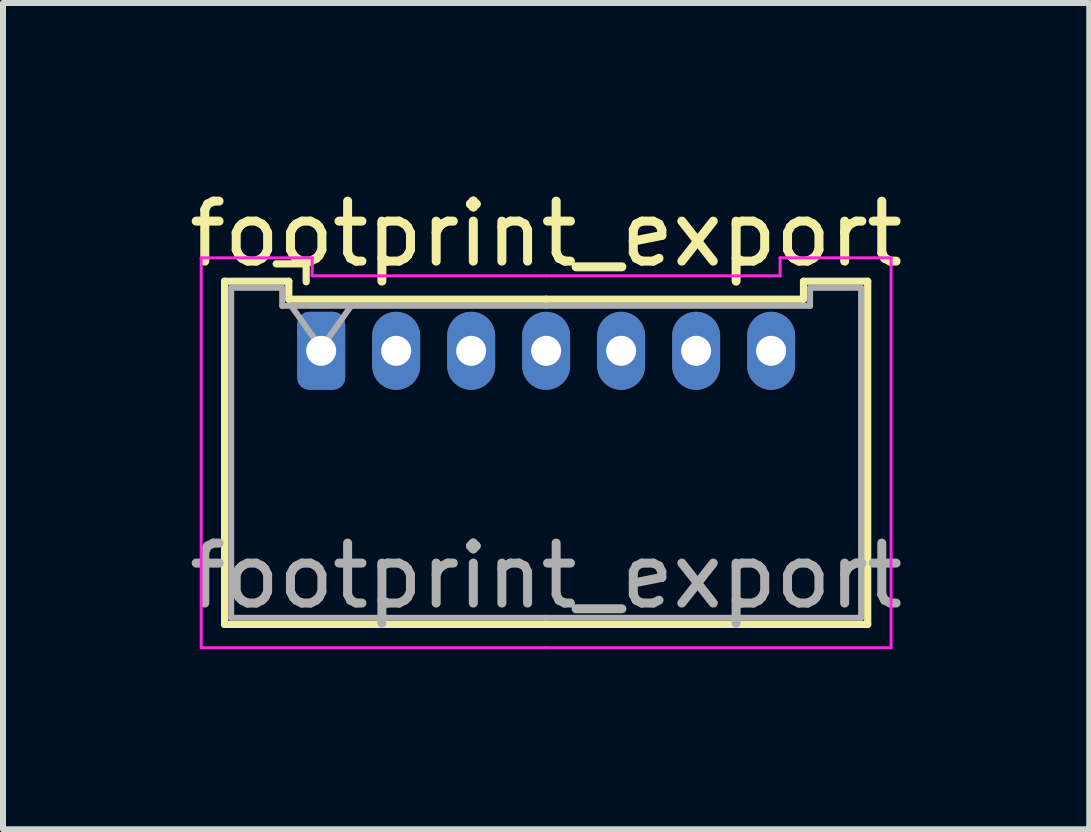
<source format=kicad_pcb>
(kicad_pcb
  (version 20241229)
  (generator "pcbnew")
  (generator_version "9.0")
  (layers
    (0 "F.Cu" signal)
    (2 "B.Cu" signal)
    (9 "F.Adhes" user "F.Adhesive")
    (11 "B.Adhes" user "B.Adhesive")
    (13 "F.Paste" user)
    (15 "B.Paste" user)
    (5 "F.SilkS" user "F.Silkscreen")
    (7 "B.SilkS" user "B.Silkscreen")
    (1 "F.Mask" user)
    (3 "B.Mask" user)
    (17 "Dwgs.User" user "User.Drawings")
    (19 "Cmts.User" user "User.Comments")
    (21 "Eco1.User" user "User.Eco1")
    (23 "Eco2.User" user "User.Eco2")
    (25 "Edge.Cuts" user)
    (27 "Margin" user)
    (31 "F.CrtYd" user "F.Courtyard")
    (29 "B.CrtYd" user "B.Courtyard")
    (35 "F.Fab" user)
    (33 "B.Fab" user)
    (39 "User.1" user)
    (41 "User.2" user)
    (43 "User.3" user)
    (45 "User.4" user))
  (footprint "footprint_export"
    (layer "F.Cu")
    (at 2.304 2.798)
    (property "Reference" "footprint_export" (at 3.75 -1.95 0) (layer "F.SilkS") (effects (font (size 1 1) (thickness 0.15))))
    (attr through_hole)
    (fp_line (start -1.61 -1.16) (end -1.61 4.56) (stroke (width 0.12) (type solid)) (layer "F.SilkS"))
    (fp_line (start -1.61 4.56) (end 3.75 4.56) (stroke (width 0.12) (type solid)) (layer "F.SilkS"))
    (fp_line (start -0.54 -1.16) (end -1.61 -1.16) (stroke (width 0.12) (type solid)) (layer "F.SilkS"))
    (fp_line (start -0.54 -0.86) (end -0.54 -1.16) (stroke (width 0.12) (type solid)) (layer "F.SilkS"))
    (fp_line (start -0.25 -1.45) (end -0.75 -1.45) (stroke (width 0.12) (type solid)) (layer "F.SilkS"))
    (fp_line (start -0.25 -1.15) (end -0.25 -1.45) (stroke (width 0.12) (type solid)) (layer "F.SilkS"))
    (fp_line (start 3.75 -0.86) (end -0.54 -0.86) (stroke (width 0.12) (type solid)) (layer "F.SilkS"))
    (fp_line (start 3.75 -0.86) (end 8.04 -0.86) (stroke (width 0.12) (type solid)) (layer "F.SilkS"))
    (fp_line (start 8.04 -1.16) (end 9.11 -1.16) (stroke (width 0.12) (type solid)) (layer "F.SilkS"))
    (fp_line (start 8.04 -0.86) (end 8.04 -1.16) (stroke (width 0.12) (type solid)) (layer "F.SilkS"))
    (fp_line (start 9.11 -1.16) (end 9.11 4.56) (stroke (width 0.12) (type solid)) (layer "F.SilkS"))
    (fp_line (start 9.11 4.56) (end 3.75 4.56) (stroke (width 0.12) (type solid)) (layer "F.SilkS"))
    (fp_line (start -2 -1.55) (end -2 4.95) (stroke (width 0.05) (type solid)) (layer "F.CrtYd"))
    (fp_line (start -2 4.95) (end 3.75 4.95) (stroke (width 0.05) (type solid)) (layer "F.CrtYd"))
    (fp_line (start -0.15 -1.55) (end -2 -1.55) (stroke (width 0.05) (type solid)) (layer "F.CrtYd"))
    (fp_line (start -0.15 -1.25) (end -0.15 -1.55) (stroke (width 0.05) (type solid)) (layer "F.CrtYd"))
    (fp_line (start 3.75 -1.25) (end -0.15 -1.25) (stroke (width 0.05) (type solid)) (layer "F.CrtYd"))
    (fp_line (start 3.75 -1.25) (end 7.65 -1.25) (stroke (width 0.05) (type solid)) (layer "F.CrtYd"))
    (fp_line (start 7.65 -1.55) (end 9.5 -1.55) (stroke (width 0.05) (type solid)) (layer "F.CrtYd"))
    (fp_line (start 7.65 -1.25) (end 7.65 -1.55) (stroke (width 0.05) (type solid)) (layer "F.CrtYd"))
    (fp_line (start 9.5 -1.55) (end 9.5 4.95) (stroke (width 0.05) (type solid)) (layer "F.CrtYd"))
    (fp_line (start 9.5 4.95) (end 3.75 4.95) (stroke (width 0.05) (type solid)) (layer "F.CrtYd"))
    (fp_line (start -1.5 -1.05) (end -1.5 4.45) (stroke (width 0.1) (type solid)) (layer "F.Fab"))
    (fp_line (start -1.5 4.45) (end 3.75 4.45) (stroke (width 0.1) (type solid)) (layer "F.Fab"))
    (fp_line (start -0.65 -1.05) (end -1.5 -1.05) (stroke (width 0.1) (type solid)) (layer "F.Fab"))
    (fp_line (start -0.65 -0.75) (end -0.65 -1.05) (stroke (width 0.1) (type solid)) (layer "F.Fab"))
    (fp_line (start -0.5 -0.75) (end 0 -0.043) (stroke (width 0.1) (type solid)) (layer "F.Fab"))
    (fp_line (start 0 -0.043) (end 0.5 -0.75) (stroke (width 0.1) (type solid)) (layer "F.Fab"))
    (fp_line (start 3.75 -0.75) (end -0.65 -0.75) (stroke (width 0.1) (type solid)) (layer "F.Fab"))
    (fp_line (start 3.75 -0.75) (end 8.15 -0.75) (stroke (width 0.1) (type solid)) (layer "F.Fab"))
    (fp_line (start 8.15 -1.05) (end 9 -1.05) (stroke (width 0.1) (type solid)) (layer "F.Fab"))
    (fp_line (start 8.15 -0.75) (end 8.15 -1.05) (stroke (width 0.1) (type solid)) (layer "F.Fab"))
    (fp_line (start 9 -1.05) (end 9 4.45) (stroke (width 0.1) (type solid)) (layer "F.Fab"))
    (fp_line (start 9 4.45) (end 3.75 4.45) (stroke (width 0.1) (type solid)) (layer "F.Fab"))
    (fp_text user "${REFERENCE}" (at 3.75 3.75 0) (layer "F.Fab") (effects (font (size 1 1) (thickness 0.15))))
    (pad "1" thru_hole roundrect (at 0 0) (size 0.8 1.3) (drill 0.5) (layers "*.Cu" "*.Mask") (roundrect_rratio 0.25))
    (pad "2" thru_hole oval (at 1.25 0) (size 0.8 1.3) (drill 0.5) (layers "*.Cu" "*.Mask"))
    (pad "3" thru_hole oval (at 2.5 0) (size 0.8 1.3) (drill 0.5) (layers "*.Cu" "*.Mask"))
    (pad "4" thru_hole oval (at 3.75 0) (size 0.8 1.3) (drill 0.5) (layers "*.Cu" "*.Mask"))
    (pad "5" thru_hole oval (at 5 0) (size 0.8 1.3) (drill 0.5) (layers "*.Cu" "*.Mask"))
    (pad "6" thru_hole oval (at 6.25 0) (size 0.8 1.3) (drill 0.5) (layers "*.Cu" "*.Mask"))
    (pad "7" thru_hole oval (at 7.5 0) (size 0.8 1.3) (drill 0.5) (layers "*.Cu" "*.Mask")))
  (gr_rect
    (start -3 -3)
    (end 15.107 10.773)
    (stroke (width 0.1) (type default))
    (fill no)
    (layer "Edge.Cuts")))
</source>
